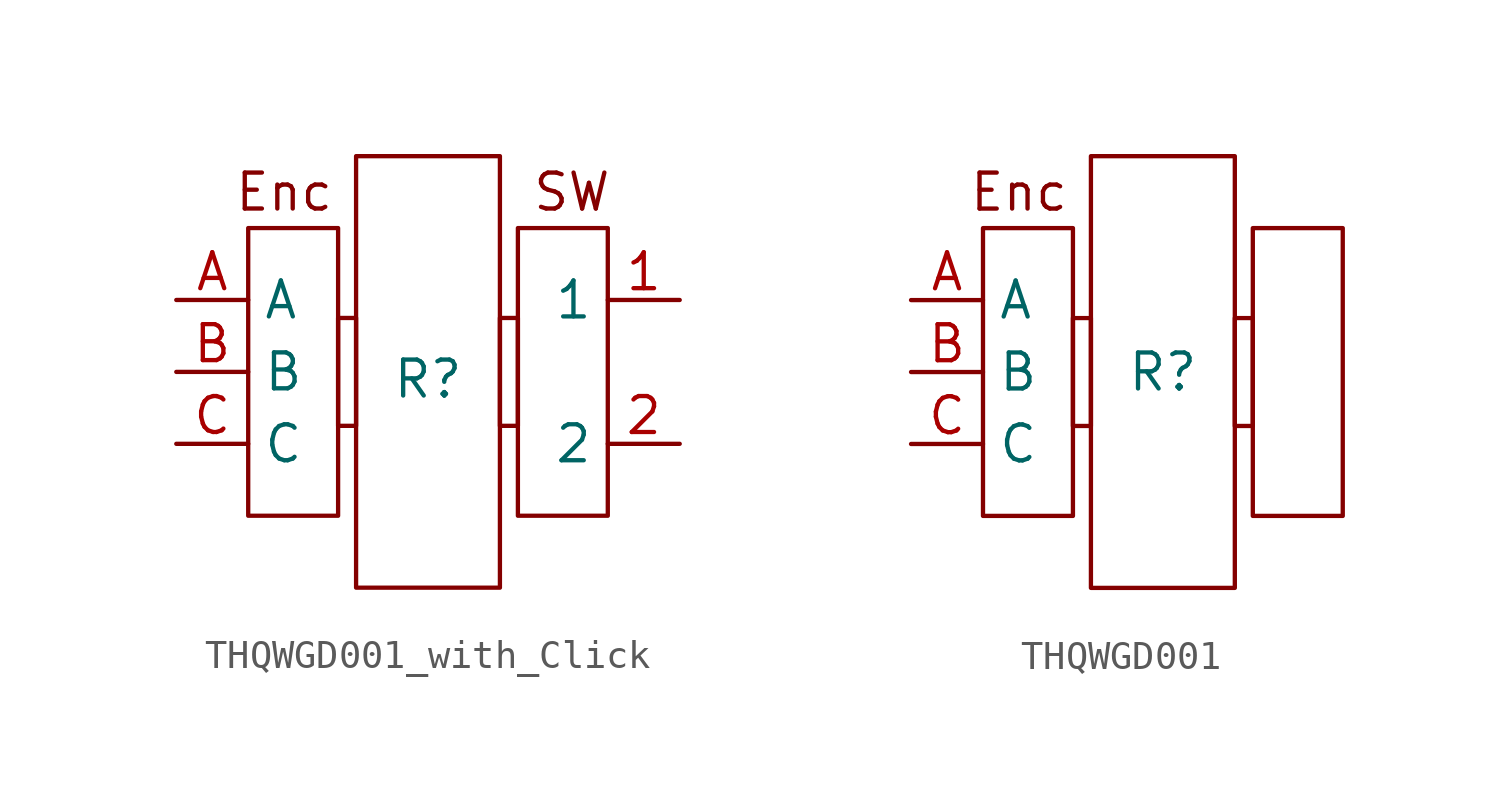
<source format=kicad_sym>
(kicad_symbol_lib
  (version 20231120)
  (generator "kicad_symbol_editor")
  (generator_version "8.0")
  (symbol "THQWGD001_with_Click"
    (property "Reference" "R"
      (at 0 -0.254 0)
      (effects (font (size 1.27 1.27))))
    (property "Value" ""
      (at 0 -1.27 0)
      (effects (font (size 1.27 1.27))))
    (symbol "THQWGD001_with_Click_0_1"
      (rectangle (start -3.175 1.905) (end -2.54 -1.905) (stroke (width 0) (type default)) (fill (type none)))
      (rectangle (start -2.54 7.62) (end 2.54 -7.62) (stroke (width 0) (type default)) (fill (type none)))
      (rectangle (start 2.54 1.905) (end 3.175 -1.905) (stroke (width 0) (type default)) (fill (type none)))
      (rectangle (start 3.175 5.08) (end 6.35 -5.08) (stroke (width 0) (type default)) (fill (type none))))
    (symbol "THQWGD001_with_Click_1_1"
      (rectangle (start -6.35 5.08) (end -3.175 -5.08) (stroke (width 0) (type default)) (fill (type none)))
      (text "Enc" (at -5.08 6.35 0) (effects (font (size 1.27 1.27))))
      (text "SW" (at 5.08 6.35 0) (effects (font (size 1.27 1.27))))
      (pin passive line (at 8.89 2.54 180) (length 2.54) (name "1" (effects (font (size 1.27 1.27)))) (number "1" (effects (font (size 1.27 1.27)))))
      (pin passive line (at 8.89 -2.54 180) (length 2.54) (name "2" (effects (font (size 1.27 1.27)))) (number "2" (effects (font (size 1.27 1.27)))))
      (pin passive line (at -8.89 2.54 0) (length 2.54) (name "A" (effects (font (size 1.27 1.27)))) (number "A" (effects (font (size 1.27 1.27)))))
      (pin passive line (at -8.89 0 0) (length 2.54) (name "B" (effects (font (size 1.27 1.27)))) (number "B" (effects (font (size 1.27 1.27)))))
      (pin passive line (at -8.89 -2.54 0) (length 2.54) (name "C" (effects (font (size 1.27 1.27)))) (number "C" (effects (font (size 1.27 1.27)))))))
  (symbol "THQWGD001"
    (property "Reference" "R"
      (at 0 0 0)
      (effects (font (size 1.27 1.27))))
    (property "Value" ""
      (at 0 0 0)
      (effects (font (size 1.27 1.27))))
    (symbol "THQWGD001_0_1"
      (rectangle (start -6.35 5.08) (end -3.175 -5.08) (stroke (width 0) (type default)) (fill (type none)))
      (rectangle (start -3.175 1.905) (end -2.54 -1.905) (stroke (width 0) (type default)) (fill (type none)))
      (rectangle (start -2.54 7.62) (end 2.54 -7.62) (stroke (width 0) (type default)) (fill (type none)))
      (rectangle (start 2.54 1.905) (end 3.175 -1.905) (stroke (width 0) (type default)) (fill (type none)))
      (rectangle (start 3.175 5.08) (end 6.35 -5.08) (stroke (width 0) (type default)) (fill (type none))))
    (symbol "THQWGD001_1_1"
      (text "Enc" (at -5.08 6.35 0) (effects (font (size 1.27 1.27))))
      (pin passive line (at -8.89 2.54 0) (length 2.54) (name "A" (effects (font (size 1.27 1.27)))) (number "A" (effects (font (size 1.27 1.27)))))
      (pin passive line (at -8.89 0 0) (length 2.54) (name "B" (effects (font (size 1.27 1.27)))) (number "B" (effects (font (size 1.27 1.27)))))
      (pin passive line (at -8.89 -2.54 0) (length 2.54) (name "C" (effects (font (size 1.27 1.27)))) (number "C" (effects (font (size 1.27 1.27))))))))
</source>
